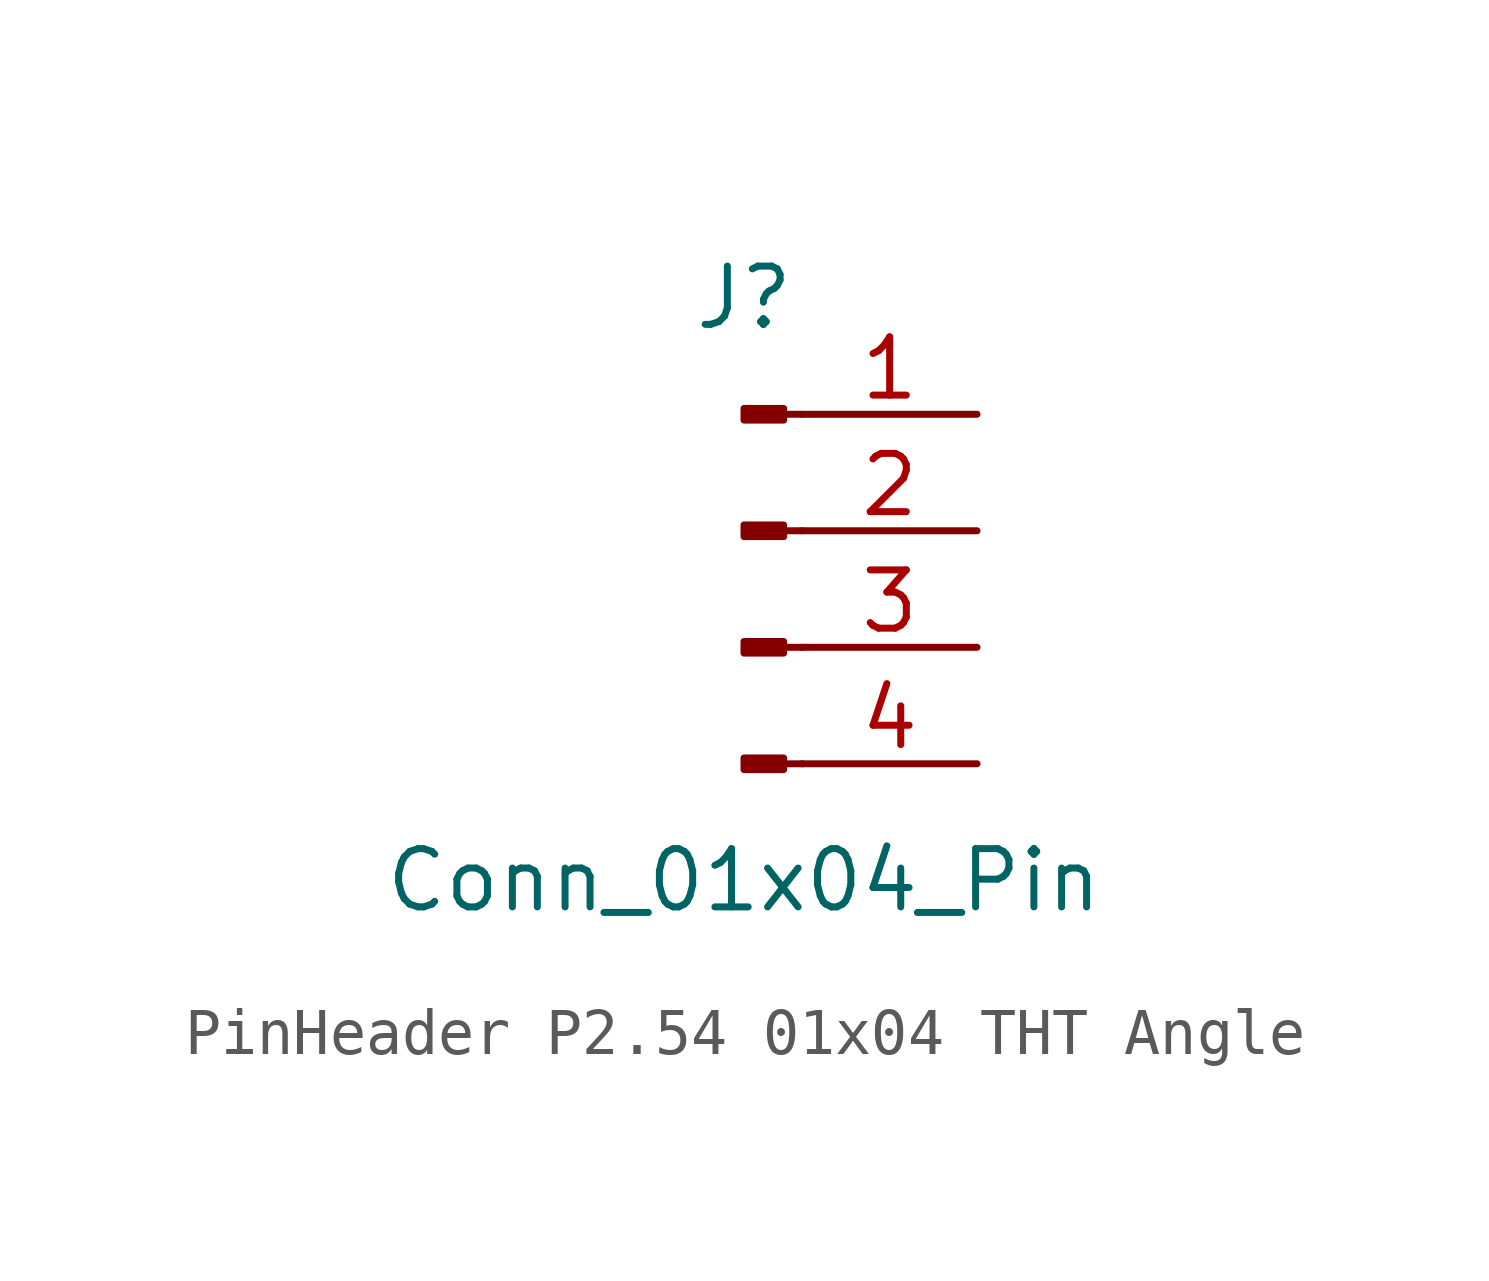
<source format=kicad_sym>
(kicad_symbol_lib
  (version 20231120)
  (generator "kicad_symbol_editor")
  (generator_version "8.0")
  (symbol "PinHeader P2.54 01x04 THT Angle"
    (pin_names
      (offset 1.016) hide)
    (property "Reference" "J"
      (at 0 5.08 0)
      (effects (font (size 1.27 1.27))))
    (property "Value" "Conn_01x04_Pin"
      (at 0 -7.62 0)
      (effects (font (size 1.27 1.27))))
    (symbol "PinHeader P2.54 01x04 THT Angle_1_1"
      (polyline (pts (xy 1.27 -5.08) (xy 0.864 -5.08)) (stroke (width 0.152) (type default)) (fill (type none)))
      (polyline (pts (xy 1.27 -2.54) (xy 0.864 -2.54)) (stroke (width 0.152) (type default)) (fill (type none)))
      (polyline (pts (xy 1.27 0) (xy 0.864 0)) (stroke (width 0.152) (type default)) (fill (type none)))
      (polyline (pts (xy 1.27 2.54) (xy 0.864 2.54)) (stroke (width 0.152) (type default)) (fill (type none)))
      (rectangle (start 0.864 -4.953) (end 0 -5.207) (stroke (width 0.152) (type default)) (fill (type outline)))
      (rectangle (start 0.864 -2.413) (end 0 -2.667) (stroke (width 0.152) (type default)) (fill (type outline)))
      (rectangle (start 0.864 0.127) (end 0 -0.127) (stroke (width 0.152) (type default)) (fill (type outline)))
      (rectangle (start 0.864 2.667) (end 0 2.413) (stroke (width 0.152) (type default)) (fill (type outline)))
      (pin passive line (at 5.08 2.54 180) (length 3.81) (name "Pin_1" (effects (font (size 1.27 1.27)))) (number "1" (effects (font (size 1.27 1.27)))))
      (pin passive line (at 5.08 0 180) (length 3.81) (name "Pin_2" (effects (font (size 1.27 1.27)))) (number "2" (effects (font (size 1.27 1.27)))))
      (pin passive line (at 5.08 -2.54 180) (length 3.81) (name "Pin_3" (effects (font (size 1.27 1.27)))) (number "3" (effects (font (size 1.27 1.27)))))
      (pin passive line (at 5.08 -5.08 180) (length 3.81) (name "Pin_4" (effects (font (size 1.27 1.27)))) (number "4" (effects (font (size 1.27 1.27))))))))
</source>
